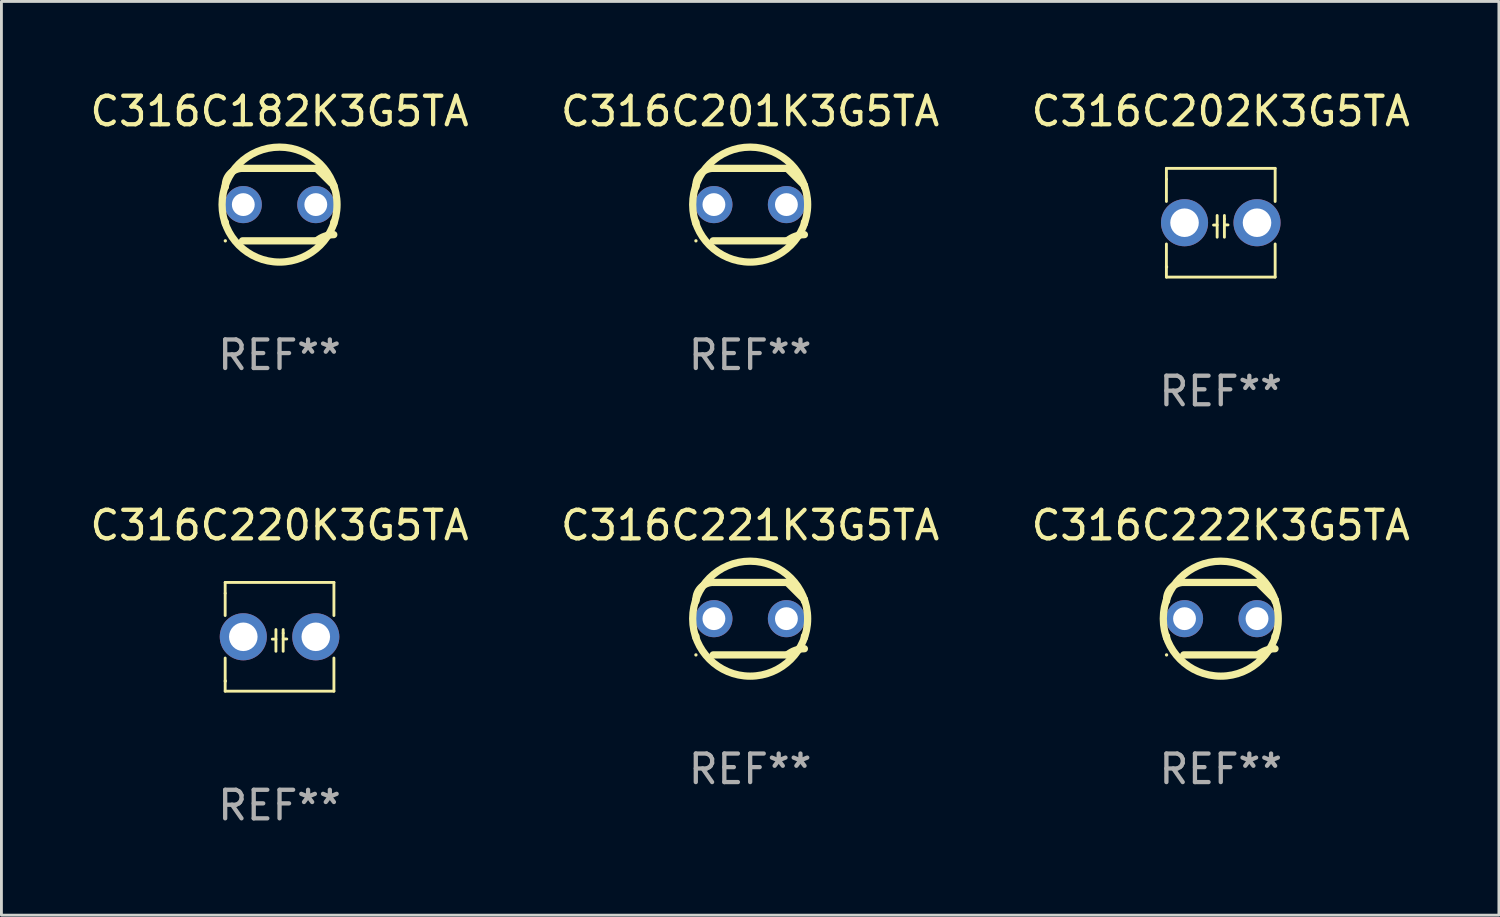
<source format=kicad_pcb>
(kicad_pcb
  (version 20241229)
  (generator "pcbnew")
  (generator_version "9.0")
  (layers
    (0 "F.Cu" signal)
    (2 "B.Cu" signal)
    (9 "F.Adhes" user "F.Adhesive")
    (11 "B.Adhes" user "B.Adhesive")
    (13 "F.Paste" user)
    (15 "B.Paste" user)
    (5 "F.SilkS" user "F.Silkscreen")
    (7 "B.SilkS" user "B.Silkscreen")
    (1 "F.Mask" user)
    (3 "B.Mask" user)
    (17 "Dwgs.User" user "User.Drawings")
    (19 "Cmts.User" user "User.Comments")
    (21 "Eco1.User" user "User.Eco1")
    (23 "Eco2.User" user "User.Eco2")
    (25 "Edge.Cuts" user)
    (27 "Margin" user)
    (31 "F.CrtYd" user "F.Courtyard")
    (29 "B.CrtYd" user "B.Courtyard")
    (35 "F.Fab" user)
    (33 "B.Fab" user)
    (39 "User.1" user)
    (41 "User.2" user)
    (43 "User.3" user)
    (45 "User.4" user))
  (footprint "C316C222K3G5TA"
    (layer "F.Cu")
    (at 39.72 18.625)
    (property "Reference" "C316C222K3G5TA" (at 0 -3.27 0) (layer "F.SilkS") (effects (font (size 1 1) (thickness 0.15))))
    (attr through_hole)
    (fp_line (start -1.9 -0.615) (end -1.9 -0.668) (stroke (width 0.254) (type solid)) (layer "F.SilkS"))
    (fp_line (start -1.9 0.668) (end -1.9 0.615) (stroke (width 0.254) (type solid)) (layer "F.SilkS"))
    (fp_line (start -1.298 1.27) (end 1.298 1.27) (stroke (width 0.254) (type solid)) (layer "F.SilkS"))
    (fp_line (start -1.298 -1.27) (end 1.298 -1.27) (stroke (width 0.254) (type solid)) (layer "F.SilkS"))
    (fp_line (start 1.9 -0.668) (end 1.9 -0.615) (stroke (width 0.254) (type solid)) (layer "F.SilkS"))
    (fp_line (start 1.9 0.615) (end 1.9 0.668) (stroke (width 0.254) (type solid)) (layer "F.SilkS"))
    (fp_arc (start -1.900025 0.667602) (mid 1.900003 -0.66758) (end -1.900025 0.667602) (stroke (width 0.254001) (type solid)) (layer "F.SilkS"))
    (fp_arc (start -1.9 -0.667602) (mid -1.723557 -1.093572) (end -1.297587 -1.270015) (stroke (width 0.254001) (type solid)) (layer "F.SilkS"))
    (fp_arc (start 1.297587 1.26999) (mid 1.579878 1.109027) (end 1.9 1.053172) (stroke (width 0.254001) (type solid)) (layer "F.SilkS"))
    (fp_arc (start 1.297611 -1.270042) (mid 1.598991 -0.969008) (end 1.900025 -0.667628) (stroke (width 0.254001) (type solid)) (layer "F.SilkS"))
    (fp_circle (center -1.9 1.27) (end -1.87 1.27) (stroke (width 0.06) (type solid)) (fill no) (layer "F.SilkS"))
    (fp_text user "REF**" (at 0 5.27 0) (layer "F.Fab") (effects (font (size 1 1) (thickness 0.15))))
    (pad "1" thru_hole circle (at -1.27 -0.000013) (size 1.3 1.3) (drill 0.8) (layers "*.Cu" "*.Mask"))
    (pad "2" thru_hole circle (at 1.27 -0.000013) (size 1.3 1.3) (drill 0.8) (layers "*.Cu" "*.Mask")))
  (footprint "C316C202K3G5TA"
    (layer "F.Cu")
    (at 39.72 4.753)
    (property "Reference" "C316C202K3G5TA" (at 0 -3.905 0) (layer "F.SilkS") (effects (font (size 1 1) (thickness 0.15))))
    (attr through_hole)
    (fp_line (start -1.905 -1.905) (end -1.905 -1.524) (stroke (width 0.1) (type solid)) (layer "F.SilkS"))
    (fp_line (start -1.905 -1.524) (end -1.905 -0.745) (stroke (width 0.1) (type solid)) (layer "F.SilkS"))
    (fp_line (start -1.905 0.744) (end -1.905 1.905) (stroke (width 0.1) (type solid)) (layer "F.SilkS"))
    (fp_line (start -1.905 1.905) (end 1.905 1.905) (stroke (width 0.1) (type solid)) (layer "F.SilkS"))
    (fp_line (start -0.127 -0.254) (end -0.127 0.508) (stroke (width 0.1) (type solid)) (layer "F.SilkS"))
    (fp_line (start -0.127 0.082) (end -0.254 0.082) (stroke (width 0.1) (type solid)) (layer "F.SilkS"))
    (fp_line (start 0.127 -0.127) (end 0.127 -0.254) (stroke (width 0.1) (type solid)) (layer "F.SilkS"))
    (fp_line (start 0.127 -0.127) (end 0.127 0.508) (stroke (width 0.1) (type solid)) (layer "F.SilkS"))
    (fp_line (start 0.127 0.077) (end 0.254 0.077) (stroke (width 0.1) (type solid)) (layer "F.SilkS"))
    (fp_line (start 1.905 -1.905) (end -1.905 -1.905) (stroke (width 0.1) (type solid)) (layer "F.SilkS"))
    (fp_line (start 1.905 -0.744) (end 1.905 -1.905) (stroke (width 0.1) (type solid)) (layer "F.SilkS"))
    (fp_line (start 1.905 1.905) (end 1.905 0.744) (stroke (width 0.1) (type solid)) (layer "F.SilkS"))
    (fp_circle (center -1.9 1.55) (end -1.87 1.55) (stroke (width 0.06) (type solid)) (fill no) (layer "F.SilkS"))
    (fp_text user "REF**" (at 0 5.905 0) (layer "F.Fab") (effects (font (size 1 1) (thickness 0.15))))
    (pad "1" thru_hole circle (at -1.27 0) (size 1.65 1.65) (drill 1) (layers "*.Cu" "*.Mask"))
    (pad "2" thru_hole circle (at 1.27 0) (size 1.65 1.65) (drill 1) (layers "*.Cu" "*.Mask")))
  (footprint "C316C221K3G5TA"
    (layer "F.Cu")
    (at 23.232 18.625)
    (property "Reference" "C316C221K3G5TA" (at 0 -3.27 0) (layer "F.SilkS") (effects (font (size 1 1) (thickness 0.15))))
    (attr through_hole)
    (fp_line (start -1.9 -0.615) (end -1.9 -0.668) (stroke (width 0.254) (type solid)) (layer "F.SilkS"))
    (fp_line (start -1.9 0.668) (end -1.9 0.615) (stroke (width 0.254) (type solid)) (layer "F.SilkS"))
    (fp_line (start -1.298 1.27) (end 1.298 1.27) (stroke (width 0.254) (type solid)) (layer "F.SilkS"))
    (fp_line (start -1.298 -1.27) (end 1.298 -1.27) (stroke (width 0.254) (type solid)) (layer "F.SilkS"))
    (fp_line (start 1.9 -0.668) (end 1.9 -0.615) (stroke (width 0.254) (type solid)) (layer "F.SilkS"))
    (fp_line (start 1.9 0.615) (end 1.9 0.668) (stroke (width 0.254) (type solid)) (layer "F.SilkS"))
    (fp_arc (start -1.900025 0.667602) (mid 1.900003 -0.66758) (end -1.900025 0.667602) (stroke (width 0.254001) (type solid)) (layer "F.SilkS"))
    (fp_arc (start -1.9 -0.667602) (mid -1.723557 -1.093572) (end -1.297587 -1.270015) (stroke (width 0.254001) (type solid)) (layer "F.SilkS"))
    (fp_arc (start 1.297587 1.26999) (mid 1.579878 1.109027) (end 1.9 1.053172) (stroke (width 0.254001) (type solid)) (layer "F.SilkS"))
    (fp_arc (start 1.297611 -1.270042) (mid 1.598991 -0.969008) (end 1.900025 -0.667628) (stroke (width 0.254001) (type solid)) (layer "F.SilkS"))
    (fp_circle (center -1.9 1.27) (end -1.87 1.27) (stroke (width 0.06) (type solid)) (fill no) (layer "F.SilkS"))
    (fp_text user "REF**" (at 0 5.27 0) (layer "F.Fab") (effects (font (size 1 1) (thickness 0.15))))
    (pad "1" thru_hole circle (at -1.27 -0.000013) (size 1.3 1.3) (drill 0.8) (layers "*.Cu" "*.Mask"))
    (pad "2" thru_hole circle (at 1.27 -0.000013) (size 1.3 1.3) (drill 0.8) (layers "*.Cu" "*.Mask")))
  (footprint "C316C182K3G5TA"
    (layer "F.Cu")
    (at 6.744 4.118)
    (property "Reference" "C316C182K3G5TA" (at 0 -3.27 0) (layer "F.SilkS") (effects (font (size 1 1) (thickness 0.15))))
    (attr through_hole)
    (fp_line (start -1.9 -0.615) (end -1.9 -0.668) (stroke (width 0.254) (type solid)) (layer "F.SilkS"))
    (fp_line (start -1.9 0.668) (end -1.9 0.615) (stroke (width 0.254) (type solid)) (layer "F.SilkS"))
    (fp_line (start -1.298 1.27) (end 1.298 1.27) (stroke (width 0.254) (type solid)) (layer "F.SilkS"))
    (fp_line (start -1.298 -1.27) (end 1.298 -1.27) (stroke (width 0.254) (type solid)) (layer "F.SilkS"))
    (fp_line (start 1.9 -0.668) (end 1.9 -0.615) (stroke (width 0.254) (type solid)) (layer "F.SilkS"))
    (fp_line (start 1.9 0.615) (end 1.9 0.668) (stroke (width 0.254) (type solid)) (layer "F.SilkS"))
    (fp_arc (start -1.900025 0.667602) (mid 1.900003 -0.66758) (end -1.900025 0.667602) (stroke (width 0.254001) (type solid)) (layer "F.SilkS"))
    (fp_arc (start -1.9 -0.667602) (mid -1.723557 -1.093572) (end -1.297587 -1.270015) (stroke (width 0.254001) (type solid)) (layer "F.SilkS"))
    (fp_arc (start 1.297587 1.26999) (mid 1.579878 1.109027) (end 1.9 1.053172) (stroke (width 0.254001) (type solid)) (layer "F.SilkS"))
    (fp_arc (start 1.297611 -1.270042) (mid 1.598991 -0.969008) (end 1.900025 -0.667628) (stroke (width 0.254001) (type solid)) (layer "F.SilkS"))
    (fp_circle (center -1.9 1.27) (end -1.87 1.27) (stroke (width 0.06) (type solid)) (fill no) (layer "F.SilkS"))
    (fp_text user "REF**" (at 0 5.27 0) (layer "F.Fab") (effects (font (size 1 1) (thickness 0.15))))
    (pad "1" thru_hole circle (at -1.27 -0.000013) (size 1.3 1.3) (drill 0.8) (layers "*.Cu" "*.Mask"))
    (pad "2" thru_hole circle (at 1.27 -0.000013) (size 1.3 1.3) (drill 0.8) (layers "*.Cu" "*.Mask")))
  (footprint "C316C201K3G5TA"
    (layer "F.Cu")
    (at 23.232 4.118)
    (property "Reference" "C316C201K3G5TA" (at 0 -3.27 0) (layer "F.SilkS") (effects (font (size 1 1) (thickness 0.15))))
    (attr through_hole)
    (fp_line (start -1.9 -0.615) (end -1.9 -0.668) (stroke (width 0.254) (type solid)) (layer "F.SilkS"))
    (fp_line (start -1.9 0.668) (end -1.9 0.615) (stroke (width 0.254) (type solid)) (layer "F.SilkS"))
    (fp_line (start -1.298 1.27) (end 1.298 1.27) (stroke (width 0.254) (type solid)) (layer "F.SilkS"))
    (fp_line (start -1.298 -1.27) (end 1.298 -1.27) (stroke (width 0.254) (type solid)) (layer "F.SilkS"))
    (fp_line (start 1.9 -0.668) (end 1.9 -0.615) (stroke (width 0.254) (type solid)) (layer "F.SilkS"))
    (fp_line (start 1.9 0.615) (end 1.9 0.668) (stroke (width 0.254) (type solid)) (layer "F.SilkS"))
    (fp_arc (start -1.900025 0.667602) (mid 1.900003 -0.66758) (end -1.900025 0.667602) (stroke (width 0.254001) (type solid)) (layer "F.SilkS"))
    (fp_arc (start -1.9 -0.667602) (mid -1.723557 -1.093572) (end -1.297587 -1.270015) (stroke (width 0.254001) (type solid)) (layer "F.SilkS"))
    (fp_arc (start 1.297587 1.26999) (mid 1.579878 1.109027) (end 1.9 1.053172) (stroke (width 0.254001) (type solid)) (layer "F.SilkS"))
    (fp_arc (start 1.297611 -1.270042) (mid 1.598991 -0.969008) (end 1.900025 -0.667628) (stroke (width 0.254001) (type solid)) (layer "F.SilkS"))
    (fp_circle (center -1.9 1.27) (end -1.87 1.27) (stroke (width 0.06) (type solid)) (fill no) (layer "F.SilkS"))
    (fp_text user "REF**" (at 0 5.27 0) (layer "F.Fab") (effects (font (size 1 1) (thickness 0.15))))
    (pad "1" thru_hole circle (at -1.27 -0.000013) (size 1.3 1.3) (drill 0.8) (layers "*.Cu" "*.Mask"))
    (pad "2" thru_hole circle (at 1.27 -0.000013) (size 1.3 1.3) (drill 0.8) (layers "*.Cu" "*.Mask")))
  (footprint "C316C220K3G5TA"
    (layer "F.Cu")
    (at 6.744 19.26)
    (property "Reference" "C316C220K3G5TA" (at 0 -3.905 0) (layer "F.SilkS") (effects (font (size 1 1) (thickness 0.15))))
    (attr through_hole)
    (fp_line (start -1.905 -1.905) (end -1.905 -1.524) (stroke (width 0.1) (type solid)) (layer "F.SilkS"))
    (fp_line (start -1.905 -1.524) (end -1.905 -0.745) (stroke (width 0.1) (type solid)) (layer "F.SilkS"))
    (fp_line (start -1.905 0.744) (end -1.905 1.905) (stroke (width 0.1) (type solid)) (layer "F.SilkS"))
    (fp_line (start -1.905 1.905) (end 1.905 1.905) (stroke (width 0.1) (type solid)) (layer "F.SilkS"))
    (fp_line (start -0.127 -0.254) (end -0.127 0.508) (stroke (width 0.1) (type solid)) (layer "F.SilkS"))
    (fp_line (start -0.127 0.082) (end -0.254 0.082) (stroke (width 0.1) (type solid)) (layer "F.SilkS"))
    (fp_line (start 0.127 -0.127) (end 0.127 -0.254) (stroke (width 0.1) (type solid)) (layer "F.SilkS"))
    (fp_line (start 0.127 -0.127) (end 0.127 0.508) (stroke (width 0.1) (type solid)) (layer "F.SilkS"))
    (fp_line (start 0.127 0.077) (end 0.254 0.077) (stroke (width 0.1) (type solid)) (layer "F.SilkS"))
    (fp_line (start 1.905 -1.905) (end -1.905 -1.905) (stroke (width 0.1) (type solid)) (layer "F.SilkS"))
    (fp_line (start 1.905 -0.744) (end 1.905 -1.905) (stroke (width 0.1) (type solid)) (layer "F.SilkS"))
    (fp_line (start 1.905 1.905) (end 1.905 0.744) (stroke (width 0.1) (type solid)) (layer "F.SilkS"))
    (fp_circle (center -1.9 1.55) (end -1.87 1.55) (stroke (width 0.06) (type solid)) (fill no) (layer "F.SilkS"))
    (fp_text user "REF**" (at 0 5.905 0) (layer "F.Fab") (effects (font (size 1 1) (thickness 0.15))))
    (pad "1" thru_hole circle (at -1.27 0) (size 1.65 1.65) (drill 1) (layers "*.Cu" "*.Mask"))
    (pad "2" thru_hole circle (at 1.27 0) (size 1.65 1.65) (drill 1) (layers "*.Cu" "*.Mask")))
  (gr_rect
    (start -3 -3)
    (end 49.464 29.013)
    (stroke (width 0.1) (type default))
    (fill no)
    (layer "Edge.Cuts")))
</source>
